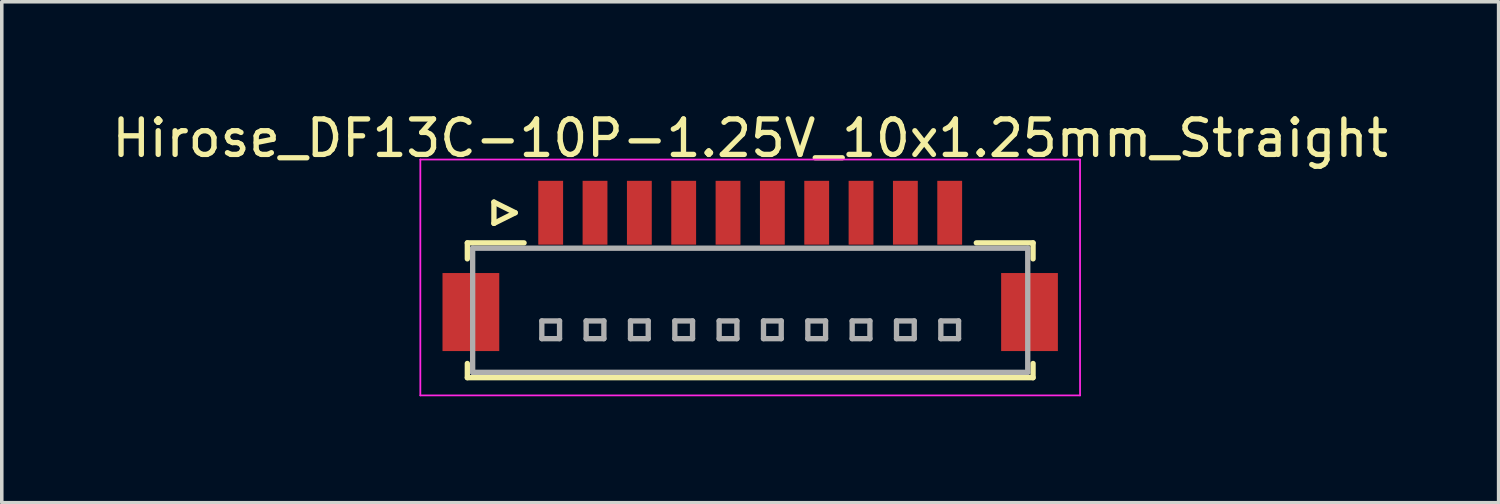
<source format=kicad_pcb>
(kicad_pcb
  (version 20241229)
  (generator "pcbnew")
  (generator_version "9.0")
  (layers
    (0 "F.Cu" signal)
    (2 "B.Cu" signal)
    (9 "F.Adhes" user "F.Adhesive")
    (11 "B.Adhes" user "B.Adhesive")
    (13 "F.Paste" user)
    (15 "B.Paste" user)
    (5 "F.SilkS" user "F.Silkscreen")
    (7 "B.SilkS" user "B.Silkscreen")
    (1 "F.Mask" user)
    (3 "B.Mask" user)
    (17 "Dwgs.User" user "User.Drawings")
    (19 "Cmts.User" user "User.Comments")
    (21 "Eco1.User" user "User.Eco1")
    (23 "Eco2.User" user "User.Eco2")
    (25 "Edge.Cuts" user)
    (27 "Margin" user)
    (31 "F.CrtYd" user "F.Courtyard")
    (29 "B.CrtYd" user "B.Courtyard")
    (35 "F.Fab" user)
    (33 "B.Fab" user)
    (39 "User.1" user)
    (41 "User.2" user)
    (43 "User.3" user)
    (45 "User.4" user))
  (footprint "Hirose_DF13C-10P-1.25V_10x1.25mm_Straight"
    (layer "F.Cu")
    (at 18.101 4.348)
    (property "Reference" "Hirose_DF13C-10P-1.25V_10x1.25mm_Straight" (at 0 -3.5 0) (layer "F.SilkS") (effects (font (size 1 1) (thickness 0.15))))
    (attr smd)
    (fp_line (start -7.975 -0.55) (end -7.975 -0.1) (stroke (width 0.15) (type solid)) (layer "F.SilkS"))
    (fp_line (start -7.975 -0.55) (end -6.375 -0.55) (stroke (width 0.15) (type solid)) (layer "F.SilkS"))
    (fp_line (start -7.975 3.25) (end -7.975 2.85) (stroke (width 0.15) (type solid)) (layer "F.SilkS"))
    (fp_line (start -7.975 3.25) (end 7.975 3.25) (stroke (width 0.15) (type solid)) (layer "F.SilkS"))
    (fp_line (start -7.225 -1.7) (end -7.225 -1.1) (stroke (width 0.15) (type solid)) (layer "F.SilkS"))
    (fp_line (start -7.225 -1.1) (end -6.625 -1.4) (stroke (width 0.15) (type solid)) (layer "F.SilkS"))
    (fp_line (start -6.625 -1.4) (end -7.225 -1.7) (stroke (width 0.15) (type solid)) (layer "F.SilkS"))
    (fp_line (start 7.975 -0.55) (end 6.375 -0.55) (stroke (width 0.15) (type solid)) (layer "F.SilkS"))
    (fp_line (start 7.975 -0.55) (end 7.975 -0.1) (stroke (width 0.15) (type solid)) (layer "F.SilkS"))
    (fp_line (start 7.975 3.25) (end 7.975 2.85) (stroke (width 0.15) (type solid)) (layer "F.SilkS"))
    (fp_line (start -9.3 -2.9) (end -9.3 3.75) (stroke (width 0.05) (type solid)) (layer "F.CrtYd"))
    (fp_line (start -9.3 3.75) (end 9.3 3.75) (stroke (width 0.05) (type solid)) (layer "F.CrtYd"))
    (fp_line (start 9.3 -2.9) (end -9.3 -2.9) (stroke (width 0.05) (type solid)) (layer "F.CrtYd"))
    (fp_line (start 9.3 3.75) (end 9.3 -2.9) (stroke (width 0.05) (type solid)) (layer "F.CrtYd"))
    (fp_line (start -7.825 -0.4) (end -7.825 3.1) (stroke (width 0.15) (type solid)) (layer "F.Fab"))
    (fp_line (start -7.825 3.1) (end 7.825 3.1) (stroke (width 0.15) (type solid)) (layer "F.Fab"))
    (fp_line (start -5.875 1.65) (end -5.875 2.15) (stroke (width 0.15) (type solid)) (layer "F.Fab"))
    (fp_line (start -5.875 2.15) (end -5.375 2.15) (stroke (width 0.15) (type solid)) (layer "F.Fab"))
    (fp_line (start -5.375 1.65) (end -5.875 1.65) (stroke (width 0.15) (type solid)) (layer "F.Fab"))
    (fp_line (start -5.375 2.15) (end -5.375 1.65) (stroke (width 0.15) (type solid)) (layer "F.Fab"))
    (fp_line (start -4.625 1.65) (end -4.625 2.15) (stroke (width 0.15) (type solid)) (layer "F.Fab"))
    (fp_line (start -4.625 2.15) (end -4.125 2.15) (stroke (width 0.15) (type solid)) (layer "F.Fab"))
    (fp_line (start -4.125 1.65) (end -4.625 1.65) (stroke (width 0.15) (type solid)) (layer "F.Fab"))
    (fp_line (start -4.125 2.15) (end -4.125 1.65) (stroke (width 0.15) (type solid)) (layer "F.Fab"))
    (fp_line (start -3.375 1.65) (end -3.375 2.15) (stroke (width 0.15) (type solid)) (layer "F.Fab"))
    (fp_line (start -3.375 2.15) (end -2.875 2.15) (stroke (width 0.15) (type solid)) (layer "F.Fab"))
    (fp_line (start -2.875 1.65) (end -3.375 1.65) (stroke (width 0.15) (type solid)) (layer "F.Fab"))
    (fp_line (start -2.875 2.15) (end -2.875 1.65) (stroke (width 0.15) (type solid)) (layer "F.Fab"))
    (fp_line (start -2.125 1.65) (end -2.125 2.15) (stroke (width 0.15) (type solid)) (layer "F.Fab"))
    (fp_line (start -2.125 2.15) (end -1.625 2.15) (stroke (width 0.15) (type solid)) (layer "F.Fab"))
    (fp_line (start -1.625 1.65) (end -2.125 1.65) (stroke (width 0.15) (type solid)) (layer "F.Fab"))
    (fp_line (start -1.625 2.15) (end -1.625 1.65) (stroke (width 0.15) (type solid)) (layer "F.Fab"))
    (fp_line (start -0.875 1.65) (end -0.875 2.15) (stroke (width 0.15) (type solid)) (layer "F.Fab"))
    (fp_line (start -0.875 2.15) (end -0.375 2.15) (stroke (width 0.15) (type solid)) (layer "F.Fab"))
    (fp_line (start -0.375 1.65) (end -0.875 1.65) (stroke (width 0.15) (type solid)) (layer "F.Fab"))
    (fp_line (start -0.375 2.15) (end -0.375 1.65) (stroke (width 0.15) (type solid)) (layer "F.Fab"))
    (fp_line (start 0.375 1.65) (end 0.375 2.15) (stroke (width 0.15) (type solid)) (layer "F.Fab"))
    (fp_line (start 0.375 2.15) (end 0.875 2.15) (stroke (width 0.15) (type solid)) (layer "F.Fab"))
    (fp_line (start 0.875 1.65) (end 0.375 1.65) (stroke (width 0.15) (type solid)) (layer "F.Fab"))
    (fp_line (start 0.875 2.15) (end 0.875 1.65) (stroke (width 0.15) (type solid)) (layer "F.Fab"))
    (fp_line (start 1.625 1.65) (end 1.625 2.15) (stroke (width 0.15) (type solid)) (layer "F.Fab"))
    (fp_line (start 1.625 2.15) (end 2.125 2.15) (stroke (width 0.15) (type solid)) (layer "F.Fab"))
    (fp_line (start 2.125 1.65) (end 1.625 1.65) (stroke (width 0.15) (type solid)) (layer "F.Fab"))
    (fp_line (start 2.125 2.15) (end 2.125 1.65) (stroke (width 0.15) (type solid)) (layer "F.Fab"))
    (fp_line (start 2.875 1.65) (end 2.875 2.15) (stroke (width 0.15) (type solid)) (layer "F.Fab"))
    (fp_line (start 2.875 2.15) (end 3.375 2.15) (stroke (width 0.15) (type solid)) (layer "F.Fab"))
    (fp_line (start 3.375 1.65) (end 2.875 1.65) (stroke (width 0.15) (type solid)) (layer "F.Fab"))
    (fp_line (start 3.375 2.15) (end 3.375 1.65) (stroke (width 0.15) (type solid)) (layer "F.Fab"))
    (fp_line (start 4.125 1.65) (end 4.125 2.15) (stroke (width 0.15) (type solid)) (layer "F.Fab"))
    (fp_line (start 4.125 2.15) (end 4.625 2.15) (stroke (width 0.15) (type solid)) (layer "F.Fab"))
    (fp_line (start 4.625 1.65) (end 4.125 1.65) (stroke (width 0.15) (type solid)) (layer "F.Fab"))
    (fp_line (start 4.625 2.15) (end 4.625 1.65) (stroke (width 0.15) (type solid)) (layer "F.Fab"))
    (fp_line (start 5.375 1.65) (end 5.375 2.15) (stroke (width 0.15) (type solid)) (layer "F.Fab"))
    (fp_line (start 5.375 2.15) (end 5.875 2.15) (stroke (width 0.15) (type solid)) (layer "F.Fab"))
    (fp_line (start 5.875 1.65) (end 5.375 1.65) (stroke (width 0.15) (type solid)) (layer "F.Fab"))
    (fp_line (start 5.875 2.15) (end 5.875 1.65) (stroke (width 0.15) (type solid)) (layer "F.Fab"))
    (fp_line (start 7.825 -0.4) (end -7.825 -0.4) (stroke (width 0.15) (type solid)) (layer "F.Fab"))
    (fp_line (start 7.825 3.1) (end 7.825 -0.4) (stroke (width 0.15) (type solid)) (layer "F.Fab"))
    (pad "" smd rect (at -7.875 1.4) (size 1.6 2.2) (layers "F.Cu" "F.Mask" "F.Paste"))
    (pad "" smd rect (at 7.875 1.4) (size 1.6 2.2) (layers "F.Cu" "F.Mask" "F.Paste"))
    (pad "1" smd rect (at -5.625 -1.4) (size 0.7 1.8) (layers "F.Cu" "F.Mask" "F.Paste"))
    (pad "2" smd rect (at -4.375 -1.4) (size 0.7 1.8) (layers "F.Cu" "F.Mask" "F.Paste"))
    (pad "3" smd rect (at -3.125 -1.4) (size 0.7 1.8) (layers "F.Cu" "F.Mask" "F.Paste"))
    (pad "4" smd rect (at -1.875 -1.4) (size 0.7 1.8) (layers "F.Cu" "F.Mask" "F.Paste"))
    (pad "5" smd rect (at -0.625 -1.4) (size 0.7 1.8) (layers "F.Cu" "F.Mask" "F.Paste"))
    (pad "6" smd rect (at 0.625 -1.4) (size 0.7 1.8) (layers "F.Cu" "F.Mask" "F.Paste"))
    (pad "7" smd rect (at 1.875 -1.4) (size 0.7 1.8) (layers "F.Cu" "F.Mask" "F.Paste"))
    (pad "8" smd rect (at 3.125 -1.4) (size 0.7 1.8) (layers "F.Cu" "F.Mask" "F.Paste"))
    (pad "9" smd rect (at 4.375 -1.4) (size 0.7 1.8) (layers "F.Cu" "F.Mask" "F.Paste"))
    (pad "10" smd rect (at 5.625 -1.4) (size 0.7 1.8) (layers "F.Cu" "F.Mask" "F.Paste")))
  (gr_rect
    (start -3 -3)
    (end 39.202 11.123)
    (stroke (width 0.1) (type default))
    (fill no)
    (layer "Edge.Cuts")))
</source>
